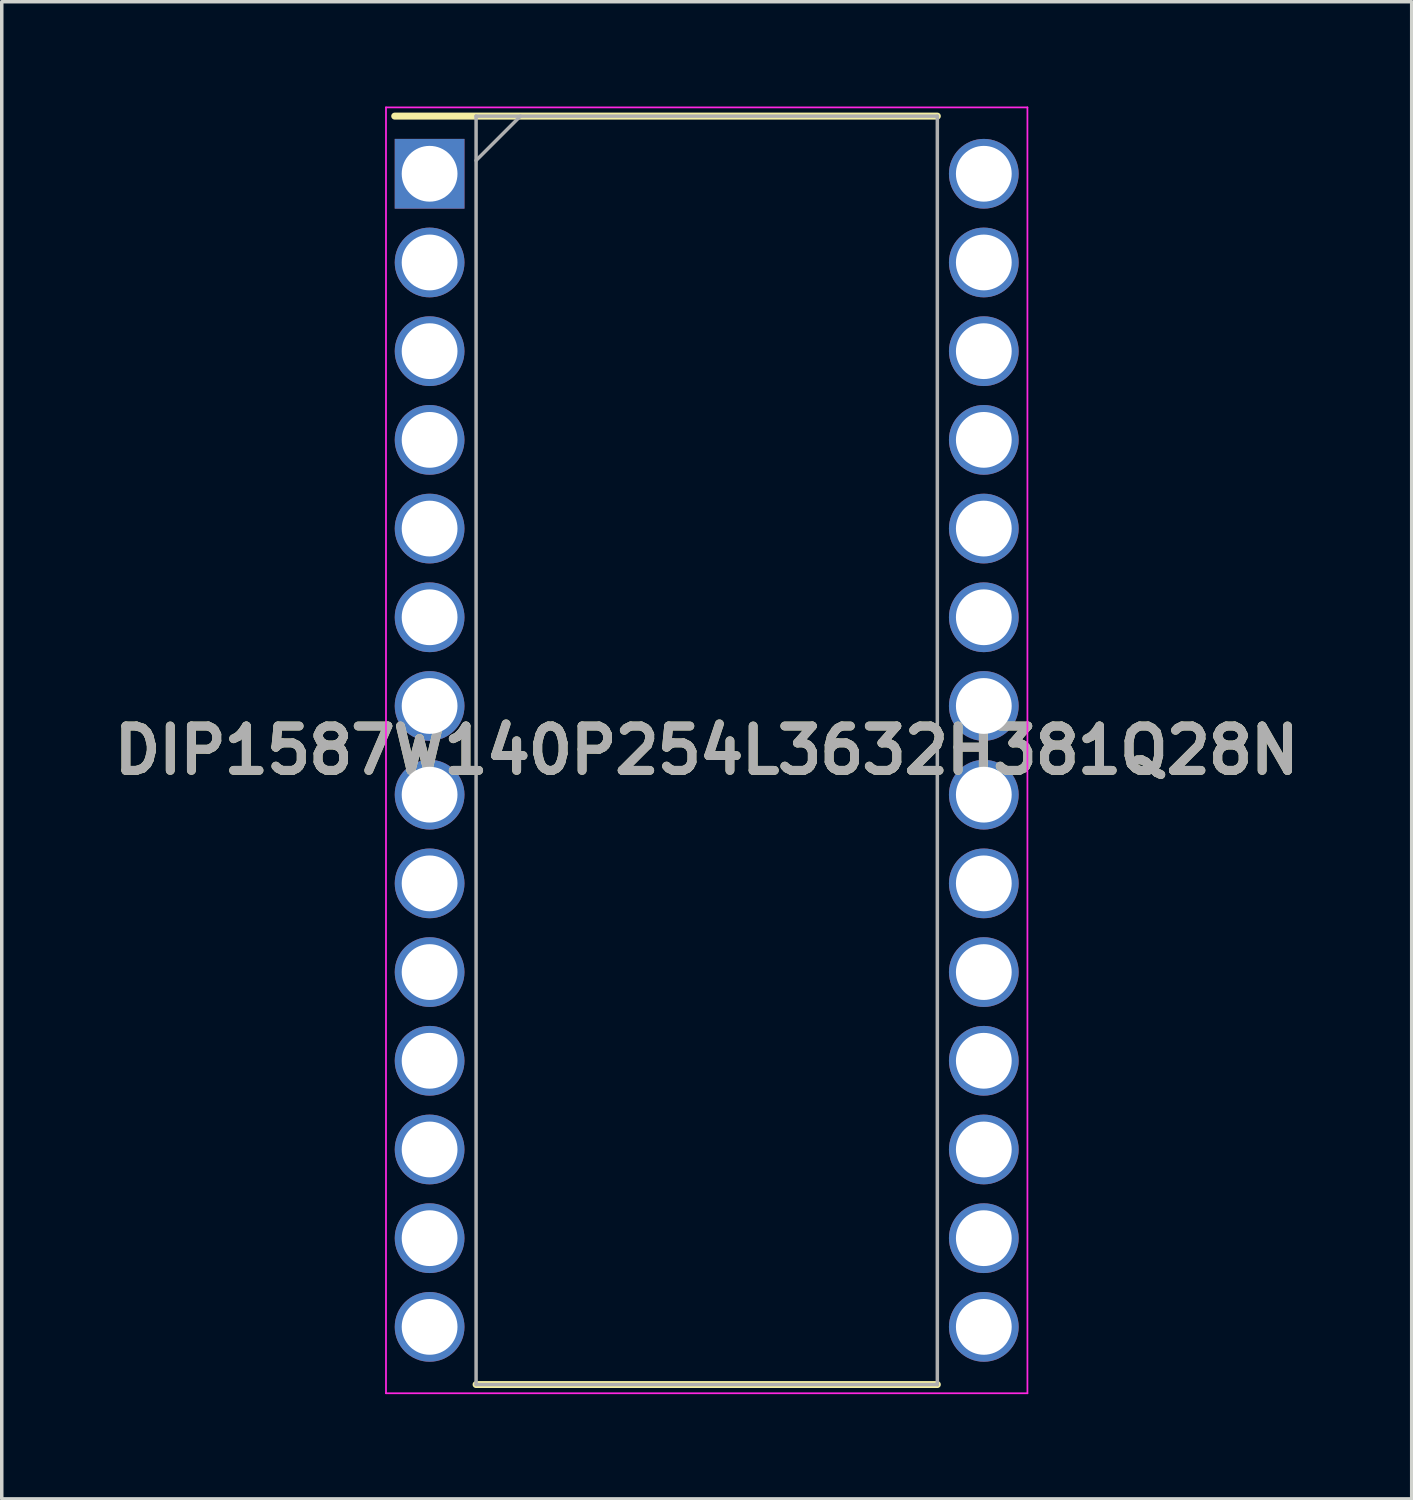
<source format=kicad_pcb>
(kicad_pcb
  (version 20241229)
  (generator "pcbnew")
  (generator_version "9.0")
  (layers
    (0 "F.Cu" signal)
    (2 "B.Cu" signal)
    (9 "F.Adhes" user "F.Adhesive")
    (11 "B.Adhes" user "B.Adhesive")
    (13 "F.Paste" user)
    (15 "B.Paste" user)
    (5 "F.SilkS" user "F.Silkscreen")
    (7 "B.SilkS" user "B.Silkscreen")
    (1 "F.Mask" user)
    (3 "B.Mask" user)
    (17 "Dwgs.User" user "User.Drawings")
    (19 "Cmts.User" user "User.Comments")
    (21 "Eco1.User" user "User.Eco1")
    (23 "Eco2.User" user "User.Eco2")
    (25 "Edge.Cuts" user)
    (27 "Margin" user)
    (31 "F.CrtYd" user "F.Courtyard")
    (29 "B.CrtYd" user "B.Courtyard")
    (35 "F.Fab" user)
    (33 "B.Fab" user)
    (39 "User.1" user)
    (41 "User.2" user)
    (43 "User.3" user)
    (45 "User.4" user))
  (footprint "DIP1587W140P254L3632H381Q28N"
    (layer "F.Cu")
    (at 17.187 18.436)
    (property "Reference" "DIP1587W140P254L3632H381Q28N" (at 0 0 0) (layer "F.SilkS") (effects (font (size 1.27 1.27) (thickness 0.254))))
    (attr through_hole)
    (fp_line (start -8.934 -18.161) (end 6.604 -18.161) (stroke (width 0.2) (type solid)) (layer "F.SilkS"))
    (fp_line (start -6.604 18.161) (end 6.604 18.161) (stroke (width 0.2) (type solid)) (layer "F.SilkS"))
    (fp_line (start -9.184 -18.411) (end 9.184 -18.411) (stroke (width 0.05) (type solid)) (layer "F.CrtYd"))
    (fp_line (start -9.184 18.411) (end -9.184 -18.411) (stroke (width 0.05) (type solid)) (layer "F.CrtYd"))
    (fp_line (start 9.184 -18.411) (end 9.184 18.411) (stroke (width 0.05) (type solid)) (layer "F.CrtYd"))
    (fp_line (start 9.184 18.411) (end -9.184 18.411) (stroke (width 0.05) (type solid)) (layer "F.CrtYd"))
    (fp_line (start -6.604 -18.161) (end 6.604 -18.161) (stroke (width 0.1) (type solid)) (layer "F.Fab"))
    (fp_line (start -6.604 -16.891) (end -5.334 -18.161) (stroke (width 0.1) (type solid)) (layer "F.Fab"))
    (fp_line (start -6.604 18.161) (end -6.604 -18.161) (stroke (width 0.1) (type solid)) (layer "F.Fab"))
    (fp_line (start 6.604 -18.161) (end 6.604 18.161) (stroke (width 0.1) (type solid)) (layer "F.Fab"))
    (fp_line (start 6.604 18.161) (end -6.604 18.161) (stroke (width 0.1) (type solid)) (layer "F.Fab"))
    (fp_text user "${REFERENCE}" (at 0 0 0) (layer "F.Fab") (effects (font (size 1.27 1.27) (thickness 0.254))))
    (pad "1" thru_hole rect (at -7.935 -16.51) (size 1.997 1.997) (drill 1.597) (layers "*.Cu" "*.Mask"))
    (pad "2" thru_hole circle (at -7.935 -13.97) (size 1.997 1.997) (drill 1.597) (layers "*.Cu" "*.Mask"))
    (pad "3" thru_hole circle (at -7.935 -11.43) (size 1.997 1.997) (drill 1.597) (layers "*.Cu" "*.Mask"))
    (pad "4" thru_hole circle (at -7.935 -8.89) (size 1.997 1.997) (drill 1.597) (layers "*.Cu" "*.Mask"))
    (pad "5" thru_hole circle (at -7.935 -6.35) (size 1.997 1.997) (drill 1.597) (layers "*.Cu" "*.Mask"))
    (pad "6" thru_hole circle (at -7.935 -3.81) (size 1.997 1.997) (drill 1.597) (layers "*.Cu" "*.Mask"))
    (pad "7" thru_hole circle (at -7.935 -1.27) (size 1.997 1.997) (drill 1.597) (layers "*.Cu" "*.Mask"))
    (pad "8" thru_hole circle (at -7.935 1.27) (size 1.997 1.997) (drill 1.597) (layers "*.Cu" "*.Mask"))
    (pad "9" thru_hole circle (at -7.935 3.81) (size 1.997 1.997) (drill 1.597) (layers "*.Cu" "*.Mask"))
    (pad "10" thru_hole circle (at -7.935 6.35) (size 1.997 1.997) (drill 1.597) (layers "*.Cu" "*.Mask"))
    (pad "11" thru_hole circle (at -7.935 8.89) (size 1.997 1.997) (drill 1.597) (layers "*.Cu" "*.Mask"))
    (pad "12" thru_hole circle (at -7.935 11.43) (size 1.997 1.997) (drill 1.597) (layers "*.Cu" "*.Mask"))
    (pad "13" thru_hole circle (at -7.935 13.97) (size 1.997 1.997) (drill 1.597) (layers "*.Cu" "*.Mask"))
    (pad "14" thru_hole circle (at -7.935 16.51) (size 1.997 1.997) (drill 1.597) (layers "*.Cu" "*.Mask"))
    (pad "15" thru_hole circle (at 7.935 16.51) (size 1.997 1.997) (drill 1.597) (layers "*.Cu" "*.Mask"))
    (pad "16" thru_hole circle (at 7.935 13.97) (size 1.997 1.997) (drill 1.597) (layers "*.Cu" "*.Mask"))
    (pad "17" thru_hole circle (at 7.935 11.43) (size 1.997 1.997) (drill 1.597) (layers "*.Cu" "*.Mask"))
    (pad "18" thru_hole circle (at 7.935 8.89) (size 1.997 1.997) (drill 1.597) (layers "*.Cu" "*.Mask"))
    (pad "19" thru_hole circle (at 7.935 6.35) (size 1.997 1.997) (drill 1.597) (layers "*.Cu" "*.Mask"))
    (pad "20" thru_hole circle (at 7.935 3.81) (size 1.997 1.997) (drill 1.597) (layers "*.Cu" "*.Mask"))
    (pad "21" thru_hole circle (at 7.935 1.27) (size 1.997 1.997) (drill 1.597) (layers "*.Cu" "*.Mask"))
    (pad "22" thru_hole circle (at 7.935 -1.27) (size 1.997 1.997) (drill 1.597) (layers "*.Cu" "*.Mask"))
    (pad "23" thru_hole circle (at 7.935 -3.81) (size 1.997 1.997) (drill 1.597) (layers "*.Cu" "*.Mask"))
    (pad "24" thru_hole circle (at 7.935 -6.35) (size 1.997 1.997) (drill 1.597) (layers "*.Cu" "*.Mask"))
    (pad "25" thru_hole circle (at 7.935 -8.89) (size 1.997 1.997) (drill 1.597) (layers "*.Cu" "*.Mask"))
    (pad "26" thru_hole circle (at 7.935 -11.43) (size 1.997 1.997) (drill 1.597) (layers "*.Cu" "*.Mask"))
    (pad "27" thru_hole circle (at 7.935 -13.97) (size 1.997 1.997) (drill 1.597) (layers "*.Cu" "*.Mask"))
    (pad "28" thru_hole circle (at 7.935 -16.51) (size 1.997 1.997) (drill 1.597) (layers "*.Cu" "*.Mask")))
  (gr_rect
    (start -3 -3)
    (end 37.375 39.872)
    (stroke (width 0.1) (type default))
    (fill no)
    (layer "Edge.Cuts")))
</source>
